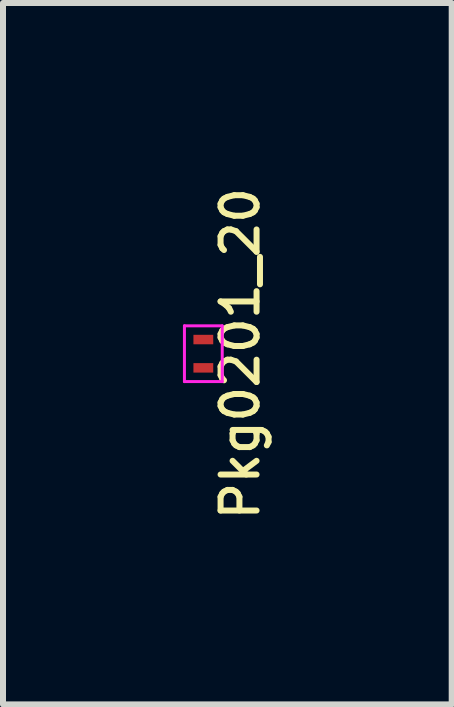
<source format=kicad_pcb>
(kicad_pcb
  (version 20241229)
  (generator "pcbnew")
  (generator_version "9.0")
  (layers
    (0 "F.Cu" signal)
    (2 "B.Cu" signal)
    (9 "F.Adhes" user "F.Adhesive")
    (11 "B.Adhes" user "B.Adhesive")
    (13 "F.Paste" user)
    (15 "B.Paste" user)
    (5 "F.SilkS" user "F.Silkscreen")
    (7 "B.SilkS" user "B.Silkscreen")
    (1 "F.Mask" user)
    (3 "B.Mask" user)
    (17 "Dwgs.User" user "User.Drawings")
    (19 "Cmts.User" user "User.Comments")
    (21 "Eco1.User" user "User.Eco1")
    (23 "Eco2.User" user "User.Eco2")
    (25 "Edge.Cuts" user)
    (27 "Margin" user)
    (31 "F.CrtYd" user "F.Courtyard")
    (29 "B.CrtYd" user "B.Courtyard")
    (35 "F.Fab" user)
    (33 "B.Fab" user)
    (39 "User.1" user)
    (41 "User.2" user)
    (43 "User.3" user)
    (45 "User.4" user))
  (footprint "Pkg0201_20"
    (layer "F.Cu")
    (at 0.34 2.847)
    (property "Reference" "Pkg0201_20" (at 0.615 0 90) (layer "F.SilkS") (effects (font (size 0.6 0.6) (thickness 0.1))))
    (fp_line (start -0.315 -0.465) (end -0.315 0.465) (stroke (width 0.05) (type solid)) (layer "F.CrtYd"))
    (fp_line (start -0.315 0.465) (end 0.315 0.465) (stroke (width 0.05) (type solid)) (layer "F.CrtYd"))
    (fp_line (start 0.315 -0.465) (end -0.315 -0.465) (stroke (width 0.05) (type solid)) (layer "F.CrtYd"))
    (fp_line (start 0.315 0.465) (end 0.315 -0.465) (stroke (width 0.05) (type solid)) (layer "F.CrtYd"))
    (pad "1" smd rect (at 0 -0.236) (size 0.33 0.158) (layers "F.Cu" "F.Mask" "F.Paste"))
    (pad "2" smd rect (at 0 0.236) (size 0.33 0.158) (layers "F.Cu" "F.Mask" "F.Paste")))
  (gr_rect
    (start -3 -3)
    (end 4.481 8.694)
    (stroke (width 0.1) (type default))
    (fill no)
    (layer "Edge.Cuts")))
</source>
